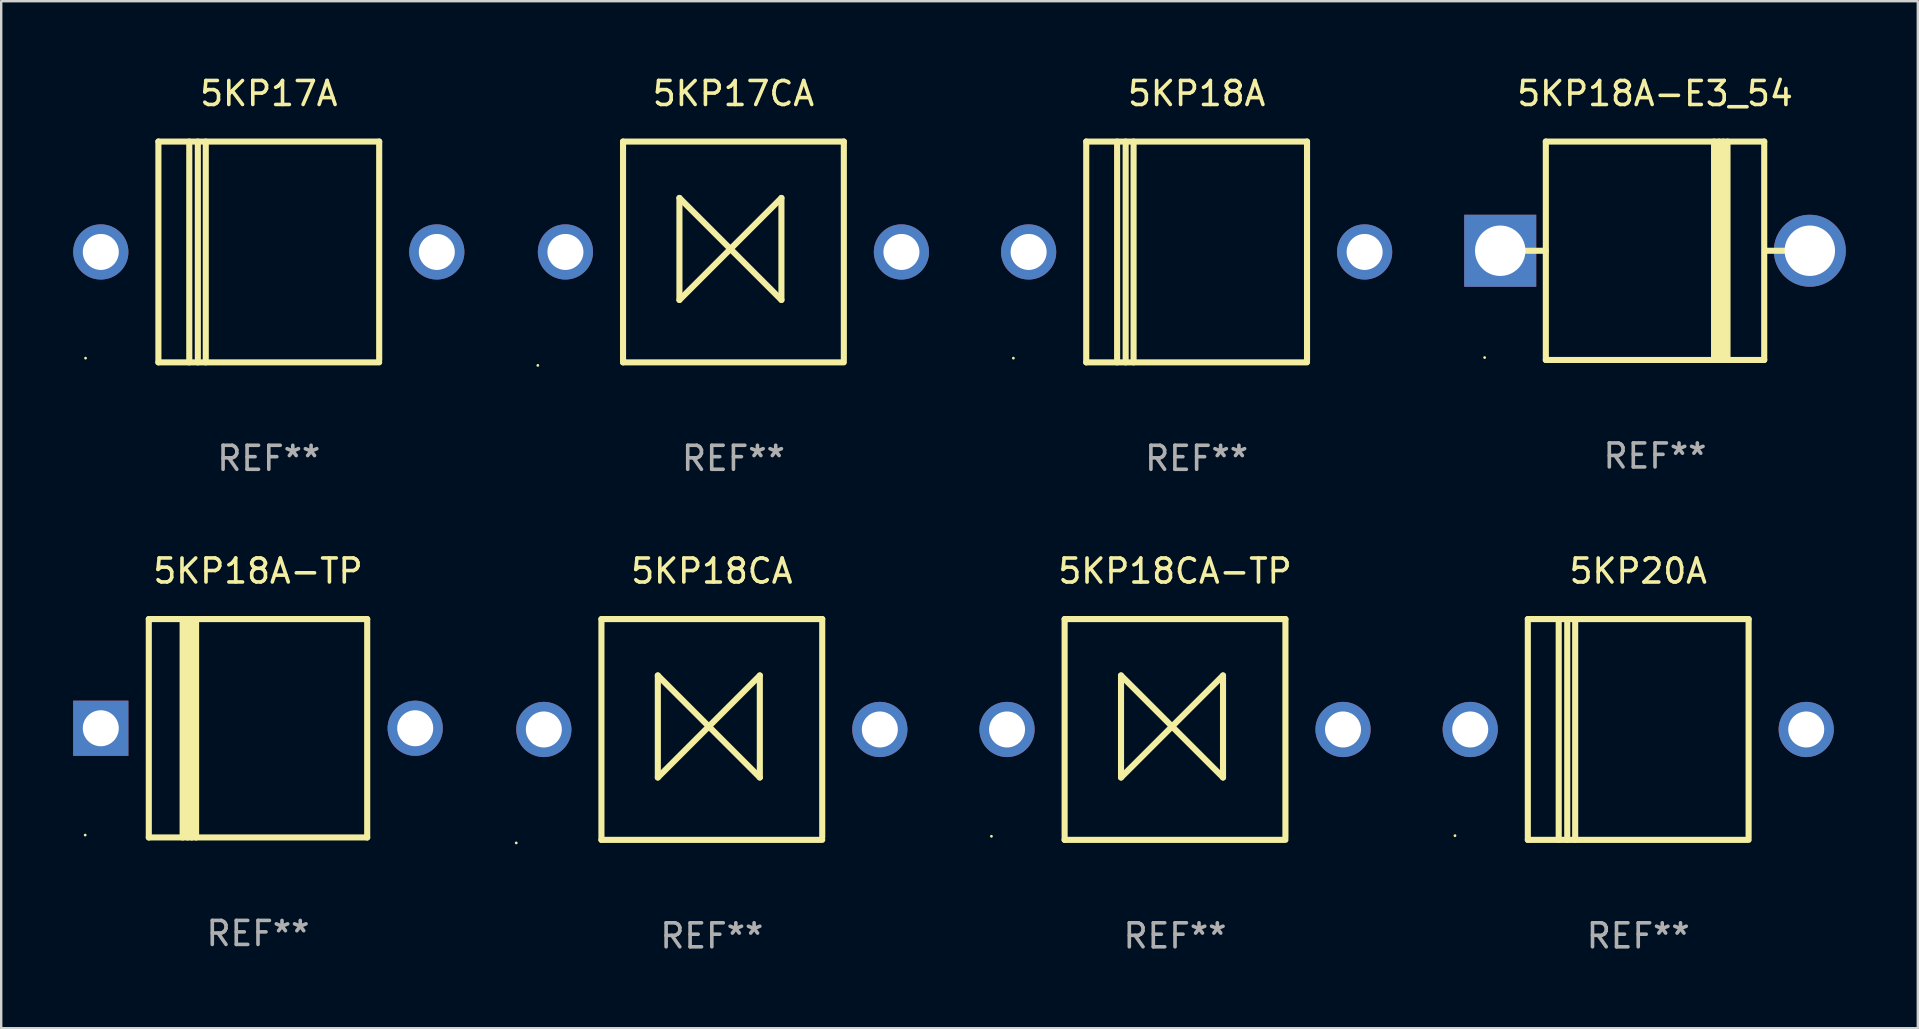
<source format=kicad_pcb>
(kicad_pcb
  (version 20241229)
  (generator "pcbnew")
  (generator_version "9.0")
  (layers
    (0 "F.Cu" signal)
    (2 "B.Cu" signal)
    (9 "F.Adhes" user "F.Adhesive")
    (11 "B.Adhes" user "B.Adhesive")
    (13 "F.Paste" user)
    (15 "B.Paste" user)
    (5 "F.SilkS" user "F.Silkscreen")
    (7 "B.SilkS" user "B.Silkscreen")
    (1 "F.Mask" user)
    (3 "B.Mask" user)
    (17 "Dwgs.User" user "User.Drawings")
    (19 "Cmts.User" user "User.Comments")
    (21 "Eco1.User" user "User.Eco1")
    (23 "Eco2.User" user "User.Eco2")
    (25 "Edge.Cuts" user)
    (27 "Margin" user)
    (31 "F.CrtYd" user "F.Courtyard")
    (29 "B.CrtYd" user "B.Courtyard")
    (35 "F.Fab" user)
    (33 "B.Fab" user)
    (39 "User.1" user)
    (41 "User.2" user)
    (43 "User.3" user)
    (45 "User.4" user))
  (footprint "5KP18CA-TP"
    (layer "F.Cu")
    (at 45.91 27.345)
    (property "Reference" "5KP18CA-TP" (at 0 -6.6 0) (layer "F.SilkS") (effects (font (size 1 1) (thickness 0.15))))
    (attr through_hole)
    (fp_line (start -4.6 -4.6) (end -4.6 4.6) (stroke (width 0.254) (type solid)) (layer "F.SilkS"))
    (fp_line (start -4.6 -4.6) (end 4.6 -4.6) (stroke (width 0.254) (type solid)) (layer "F.SilkS"))
    (fp_line (start -4.6 4.6) (end 4.6 4.6) (stroke (width 0.254) (type solid)) (layer "F.SilkS"))
    (fp_line (start -2.25 -2.25) (end -2.25 2) (stroke (width 0.254) (type solid)) (layer "F.SilkS"))
    (fp_line (start -2.25 2) (end 2 -2.25) (stroke (width 0.254) (type solid)) (layer "F.SilkS"))
    (fp_line (start 2 -2.25) (end 2 2) (stroke (width 0.254) (type solid)) (layer "F.SilkS"))
    (fp_line (start 2 2) (end -2.25 -2.25) (stroke (width 0.254) (type solid)) (layer "F.SilkS"))
    (fp_line (start 4.6 -4.6) (end 4.6 4.5) (stroke (width 0.254) (type solid)) (layer "F.SilkS"))
    (fp_circle (center -7.65 4.45) (end -7.62 4.45) (stroke (width 0.06) (type solid)) (fill no) (layer "F.SilkS"))
    (fp_text user "REF**" (at 0 8.6 0) (layer "F.Fab") (effects (font (size 1 1) (thickness 0.15))))
    (pad "1" thru_hole circle (at -7 0) (size 2.3 2.3) (drill 1.5) (layers "*.Cu" "*.Mask"))
    (pad "2" thru_hole circle (at 7 0) (size 2.3 2.3) (drill 1.5) (layers "*.Cu" "*.Mask")))
  (footprint "5KP17CA"
    (layer "F.Cu")
    (at 27.51 7.448)
    (property "Reference" "5KP17CA" (at 0 -6.6 0) (layer "F.SilkS") (effects (font (size 1 1) (thickness 0.15))))
    (attr through_hole)
    (fp_line (start -4.6 -4.6) (end -4.6 4.6) (stroke (width 0.254) (type solid)) (layer "F.SilkS"))
    (fp_line (start -4.6 -4.6) (end 4.6 -4.6) (stroke (width 0.254) (type solid)) (layer "F.SilkS"))
    (fp_line (start -4.6 4.6) (end 4.6 4.6) (stroke (width 0.254) (type solid)) (layer "F.SilkS"))
    (fp_line (start -2.25 -2.25) (end -2.25 2) (stroke (width 0.254) (type solid)) (layer "F.SilkS"))
    (fp_line (start -2.25 2) (end 2 -2.25) (stroke (width 0.254) (type solid)) (layer "F.SilkS"))
    (fp_line (start 2 -2.25) (end 2 2) (stroke (width 0.254) (type solid)) (layer "F.SilkS"))
    (fp_line (start 2 2) (end -2.25 -2.25) (stroke (width 0.254) (type solid)) (layer "F.SilkS"))
    (fp_line (start 4.6 -4.6) (end 4.6 4.5) (stroke (width 0.254) (type solid)) (layer "F.SilkS"))
    (fp_circle (center -8.15 4.727) (end -8.12 4.727) (stroke (width 0.06) (type solid)) (fill no) (layer "F.SilkS"))
    (fp_text user "REF**" (at 0 8.6 0) (layer "F.Fab") (effects (font (size 1 1) (thickness 0.15))))
    (pad "1" thru_hole circle (at -7 0) (size 2.3 2.3) (drill 1.5) (layers "*.Cu" "*.Mask"))
    (pad "2" thru_hole circle (at 7 0) (size 2.3 2.3) (drill 1.5) (layers "*.Cu" "*.Mask")))
  (footprint "5KP18A-TP"
    (layer "F.Cu")
    (at 7.7 27.295)
    (property "Reference" "5KP18A-TP" (at 0 -6.551 0) (layer "F.SilkS") (effects (font (size 1 1) (thickness 0.15))))
    (attr through_hole)
    (fp_line (start -4.55 -4.55) (end -4.55 4.55) (stroke (width 0.254) (type solid)) (layer "F.SilkS"))
    (fp_line (start -4.55 -4.55) (end 4.55 -4.55) (stroke (width 0.254) (type solid)) (layer "F.SilkS"))
    (fp_line (start -3.14 4.55) (end -3.14 -4.551) (stroke (width 0.254) (type solid)) (layer "F.SilkS"))
    (fp_line (start -2.93 4.55) (end -2.93 -4.551) (stroke (width 0.254) (type solid)) (layer "F.SilkS"))
    (fp_line (start -2.759 4.551) (end -2.759 -4.55) (stroke (width 0.254) (type solid)) (layer "F.SilkS"))
    (fp_line (start -2.58 4.55) (end -2.58 -4.551) (stroke (width 0.254) (type solid)) (layer "F.SilkS"))
    (fp_line (start 4.55 4.55) (end 4.55 -4.55) (stroke (width 0.254) (type solid)) (layer "F.SilkS"))
    (fp_line (start 4.55 4.549) (end -4.55 4.549) (stroke (width 0.254) (type solid)) (layer "F.SilkS"))
    (fp_circle (center -7.2 4.45) (end -7.17 4.45) (stroke (width 0.06) (type solid)) (fill no) (layer "F.SilkS"))
    (fp_text user "REF**" (at 0 8.551 0) (layer "F.Fab") (effects (font (size 1 1) (thickness 0.15))))
    (pad "1" thru_hole rect (at -6.55 -0.000483 180) (size 2.3 2.3) (drill 1.5) (layers "*.Cu" "*.Mask"))
    (pad "2" thru_hole circle (at 6.55 -0.000483) (size 2.3 2.3) (drill 1.5) (layers "*.Cu" "*.Mask")))
  (footprint "5KP18CA"
    (layer "F.Cu")
    (at 26.61 27.345)
    (property "Reference" "5KP18CA" (at 0 -6.6 0) (layer "F.SilkS") (effects (font (size 1 1) (thickness 0.15))))
    (attr through_hole)
    (fp_line (start -4.6 -4.6) (end -4.6 4.6) (stroke (width 0.254) (type solid)) (layer "F.SilkS"))
    (fp_line (start -4.6 -4.6) (end 4.6 -4.6) (stroke (width 0.254) (type solid)) (layer "F.SilkS"))
    (fp_line (start -4.6 4.6) (end 4.6 4.6) (stroke (width 0.254) (type solid)) (layer "F.SilkS"))
    (fp_line (start -2.25 -2.25) (end -2.25 2) (stroke (width 0.254) (type solid)) (layer "F.SilkS"))
    (fp_line (start -2.25 2) (end 2 -2.25) (stroke (width 0.254) (type solid)) (layer "F.SilkS"))
    (fp_line (start 2 -2.25) (end 2 2) (stroke (width 0.254) (type solid)) (layer "F.SilkS"))
    (fp_line (start 2 2) (end -2.25 -2.25) (stroke (width 0.254) (type solid)) (layer "F.SilkS"))
    (fp_line (start 4.6 -4.6) (end 4.6 4.5) (stroke (width 0.254) (type solid)) (layer "F.SilkS"))
    (fp_circle (center -8.15 4.727) (end -8.12 4.727) (stroke (width 0.06) (type solid)) (fill no) (layer "F.SilkS"))
    (fp_text user "REF**" (at 0 8.6 0) (layer "F.Fab") (effects (font (size 1 1) (thickness 0.15))))
    (pad "1" thru_hole circle (at -7 0) (size 2.3 2.3) (drill 1.5) (layers "*.Cu" "*.Mask"))
    (pad "2" thru_hole circle (at 7 0) (size 2.3 2.3) (drill 1.5) (layers "*.Cu" "*.Mask")))
  (footprint "5KP18A"
    (layer "F.Cu")
    (at 46.81 7.448)
    (property "Reference" "5KP18A" (at 0 -6.6 0) (layer "F.SilkS") (effects (font (size 1 1) (thickness 0.15))))
    (attr through_hole)
    (fp_line (start -4.6 -4.6) (end -4.6 4.6) (stroke (width 0.254) (type solid)) (layer "F.SilkS"))
    (fp_line (start -4.6 -4.6) (end 4.6 -4.6) (stroke (width 0.254) (type solid)) (layer "F.SilkS"))
    (fp_line (start -4.6 4.6) (end 4.6 4.6) (stroke (width 0.254) (type solid)) (layer "F.SilkS"))
    (fp_line (start -3.313 -4.6) (end -3.313 4.6) (stroke (width 0.254) (type solid)) (layer "F.SilkS"))
    (fp_line (start -2.957 -4.6) (end -2.957 4.6) (stroke (width 0.254) (type solid)) (layer "F.SilkS"))
    (fp_line (start -2.627 -4.6) (end -2.627 4.6) (stroke (width 0.254) (type solid)) (layer "F.SilkS"))
    (fp_line (start 4.6 -4.6) (end 4.6 4.5) (stroke (width 0.254) (type solid)) (layer "F.SilkS"))
    (fp_circle (center -7.635 4.425) (end -7.605 4.425) (stroke (width 0.06) (type solid)) (fill no) (layer "F.SilkS"))
    (fp_text user "REF**" (at 0 8.6 0) (layer "F.Fab") (effects (font (size 1 1) (thickness 0.15))))
    (pad "1" thru_hole circle (at -7 0) (size 2.3 2.3) (drill 1.5) (layers "*.Cu" "*.Mask"))
    (pad "2" thru_hole circle (at 7 0) (size 2.3 2.3) (drill 1.5) (layers "*.Cu" "*.Mask")))
  (footprint "5KP20A"
    (layer "F.Cu")
    (at 65.21 27.345)
    (property "Reference" "5KP20A" (at 0 -6.6 0) (layer "F.SilkS") (effects (font (size 1 1) (thickness 0.15))))
    (attr through_hole)
    (fp_line (start -4.6 -4.6) (end -4.6 4.6) (stroke (width 0.254) (type solid)) (layer "F.SilkS"))
    (fp_line (start -4.6 -4.6) (end 4.6 -4.6) (stroke (width 0.254) (type solid)) (layer "F.SilkS"))
    (fp_line (start -4.6 4.6) (end 4.6 4.6) (stroke (width 0.254) (type solid)) (layer "F.SilkS"))
    (fp_line (start -3.313 -4.6) (end -3.313 4.6) (stroke (width 0.254) (type solid)) (layer "F.SilkS"))
    (fp_line (start -2.957 -4.6) (end -2.957 4.6) (stroke (width 0.254) (type solid)) (layer "F.SilkS"))
    (fp_line (start -2.627 -4.6) (end -2.627 4.6) (stroke (width 0.254) (type solid)) (layer "F.SilkS"))
    (fp_line (start 4.6 -4.6) (end 4.6 4.5) (stroke (width 0.254) (type solid)) (layer "F.SilkS"))
    (fp_circle (center -7.635 4.425) (end -7.605 4.425) (stroke (width 0.06) (type solid)) (fill no) (layer "F.SilkS"))
    (fp_text user "REF**" (at 0 8.6 0) (layer "F.Fab") (effects (font (size 1 1) (thickness 0.15))))
    (pad "1" thru_hole circle (at -7 0) (size 2.3 2.3) (drill 1.5) (layers "*.Cu" "*.Mask"))
    (pad "2" thru_hole circle (at 7 0) (size 2.3 2.3) (drill 1.5) (layers "*.Cu" "*.Mask")))
  (footprint "5KP17A"
    (layer "F.Cu")
    (at 8.15 7.448)
    (property "Reference" "5KP17A" (at 0 -6.6 0) (layer "F.SilkS") (effects (font (size 1 1) (thickness 0.15))))
    (attr through_hole)
    (fp_line (start -4.6 -4.6) (end -4.6 4.6) (stroke (width 0.254) (type solid)) (layer "F.SilkS"))
    (fp_line (start -4.6 -4.6) (end 4.6 -4.6) (stroke (width 0.254) (type solid)) (layer "F.SilkS"))
    (fp_line (start -4.6 4.6) (end 4.6 4.6) (stroke (width 0.254) (type solid)) (layer "F.SilkS"))
    (fp_line (start -3.313 -4.6) (end -3.313 4.6) (stroke (width 0.254) (type solid)) (layer "F.SilkS"))
    (fp_line (start -2.957 -4.6) (end -2.957 4.6) (stroke (width 0.254) (type solid)) (layer "F.SilkS"))
    (fp_line (start -2.627 -4.6) (end -2.627 4.6) (stroke (width 0.254) (type solid)) (layer "F.SilkS"))
    (fp_line (start 4.6 -4.6) (end 4.6 4.5) (stroke (width 0.254) (type solid)) (layer "F.SilkS"))
    (fp_circle (center -7.635 4.425) (end -7.605 4.425) (stroke (width 0.06) (type solid)) (fill no) (layer "F.SilkS"))
    (fp_text user "REF**" (at 0 8.6 0) (layer "F.Fab") (effects (font (size 1 1) (thickness 0.15))))
    (pad "1" thru_hole circle (at -7 0) (size 2.3 2.3) (drill 1.5) (layers "*.Cu" "*.Mask"))
    (pad "2" thru_hole circle (at 7 0) (size 2.3 2.3) (drill 1.5) (layers "*.Cu" "*.Mask")))
  (footprint "5KP18A-E3_54"
    (layer "F.Cu")
    (at 65.91 7.399)
    (property "Reference" "5KP18A-E3_54" (at 0 -6.551 0) (layer "F.SilkS") (effects (font (size 1 1) (thickness 0.15))))
    (attr through_hole)
    (fp_line (start -5.6 -0.001) (end -4.55 -0.001) (stroke (width 0.254) (type solid)) (layer "F.SilkS"))
    (fp_line (start -4.55 -4.551) (end -4.55 4.55) (stroke (width 0.254) (type solid)) (layer "F.SilkS"))
    (fp_line (start -4.55 -4.551) (end 4.55 -4.551) (stroke (width 0.254) (type solid)) (layer "F.SilkS"))
    (fp_line (start 2.46 4.55) (end 2.46 -4.551) (stroke (width 0.254) (type solid)) (layer "F.SilkS"))
    (fp_line (start 2.67 4.55) (end 2.67 -4.551) (stroke (width 0.254) (type solid)) (layer "F.SilkS"))
    (fp_line (start 2.841 4.551) (end 2.841 -4.55) (stroke (width 0.254) (type solid)) (layer "F.SilkS"))
    (fp_line (start 3.02 4.55) (end 3.02 -4.551) (stroke (width 0.254) (type solid)) (layer "F.SilkS"))
    (fp_line (start 4.55 4.55) (end 4.55 -4.551) (stroke (width 0.254) (type solid)) (layer "F.SilkS"))
    (fp_line (start 4.55 4.549) (end -4.55 4.549) (stroke (width 0.254) (type solid)) (layer "F.SilkS"))
    (fp_line (start 4.58 -0.001) (end 5.6 -0.001) (stroke (width 0.254) (type solid)) (layer "F.SilkS"))
    (fp_circle (center -7.1 4.449) (end -7.07 4.449) (stroke (width 0.06) (type solid)) (fill no) (layer "F.SilkS"))
    (fp_text user "REF**" (at 0 8.551 0) (layer "F.Fab") (effects (font (size 1 1) (thickness 0.15))))
    (pad "1" thru_hole rect (at -6.45 -0.001 180) (size 3 3) (drill 2.1) (layers "*.Cu" "*.Mask"))
    (pad "2" thru_hole circle (at 6.45 -0.001) (size 3 3) (drill 2.1) (layers "*.Cu" "*.Mask")))
  (gr_rect
    (start -3 -3)
    (end 76.86 39.793)
    (stroke (width 0.1) (type default))
    (fill no)
    (layer "Edge.Cuts")))
</source>
